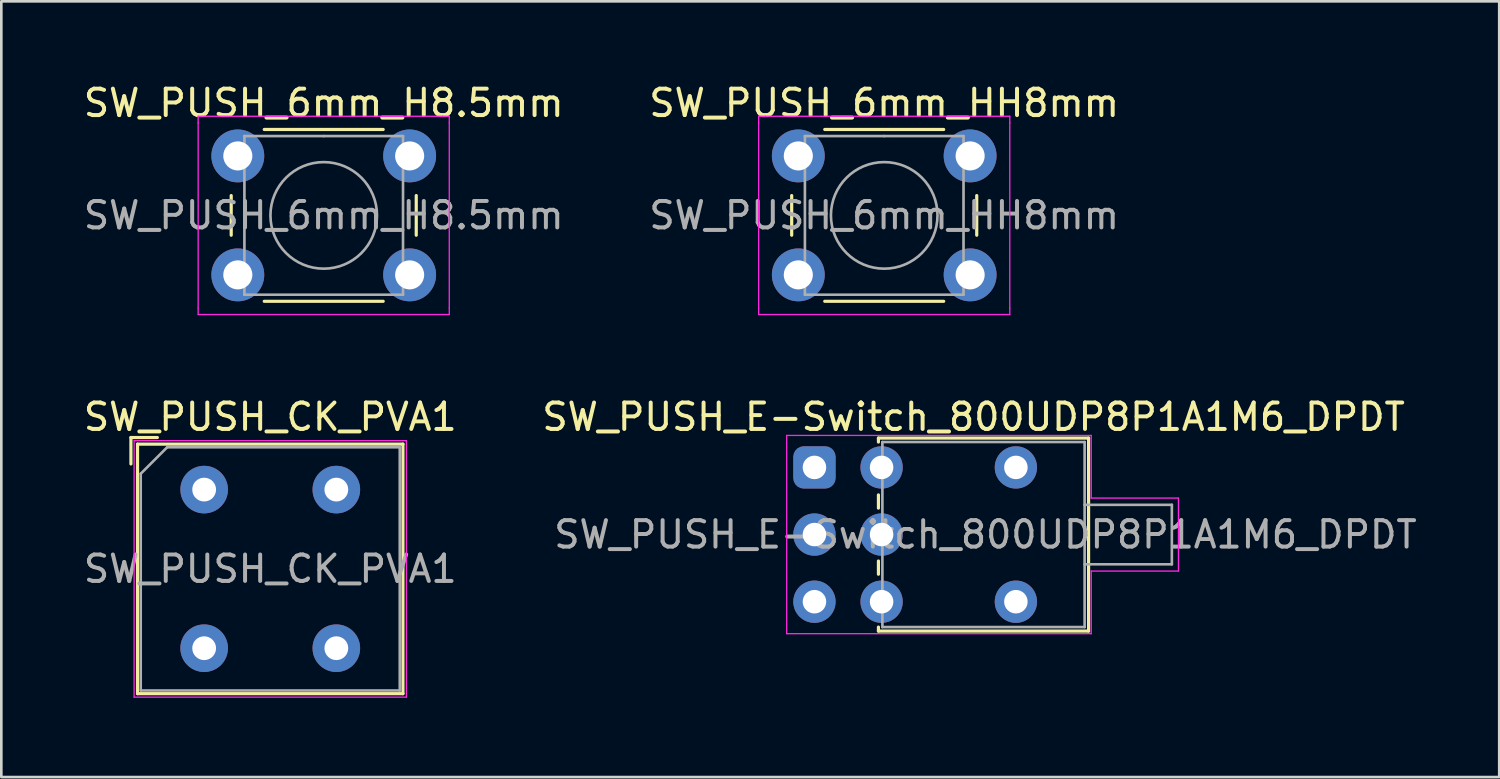
<source format=kicad_pcb>
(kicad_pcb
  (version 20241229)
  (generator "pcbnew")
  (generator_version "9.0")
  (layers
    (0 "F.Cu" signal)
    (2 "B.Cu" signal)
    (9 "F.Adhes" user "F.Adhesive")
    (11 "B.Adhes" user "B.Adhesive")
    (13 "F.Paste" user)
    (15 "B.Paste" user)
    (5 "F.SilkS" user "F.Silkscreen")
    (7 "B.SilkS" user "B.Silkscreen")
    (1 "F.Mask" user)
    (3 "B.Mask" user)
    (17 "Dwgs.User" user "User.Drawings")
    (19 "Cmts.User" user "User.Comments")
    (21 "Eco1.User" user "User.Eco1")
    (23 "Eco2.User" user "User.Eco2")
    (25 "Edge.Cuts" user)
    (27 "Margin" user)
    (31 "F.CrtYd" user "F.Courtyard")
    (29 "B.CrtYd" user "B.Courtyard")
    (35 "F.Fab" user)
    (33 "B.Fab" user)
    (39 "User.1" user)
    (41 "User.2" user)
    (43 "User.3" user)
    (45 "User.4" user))
  (footprint "SW_PUSH_6mm_HH8mm"
    (layer "F.Cu")
    (at 27.149 2.848)
    (property "Reference" "SW_PUSH_6mm_HH8mm" (at 3.25 -2 0) (layer "F.SilkS") (effects (font (size 1 1) (thickness 0.15))))
    (attr through_hole)
    (fp_line (start -0.25 1.5) (end -0.25 3) (stroke (width 0.12) (type solid)) (layer "F.SilkS"))
    (fp_line (start 1 5.5) (end 5.5 5.5) (stroke (width 0.12) (type solid)) (layer "F.SilkS"))
    (fp_line (start 5.5 -1) (end 1 -1) (stroke (width 0.12) (type solid)) (layer "F.SilkS"))
    (fp_line (start 6.75 3) (end 6.75 1.5) (stroke (width 0.12) (type solid)) (layer "F.SilkS"))
    (fp_line (start -1.5 -1.5) (end -1.25 -1.5) (stroke (width 0.05) (type solid)) (layer "F.CrtYd"))
    (fp_line (start -1.5 -1.25) (end -1.5 -1.5) (stroke (width 0.05) (type solid)) (layer "F.CrtYd"))
    (fp_line (start -1.5 5.75) (end -1.5 -1.25) (stroke (width 0.05) (type solid)) (layer "F.CrtYd"))
    (fp_line (start -1.5 5.75) (end -1.5 6) (stroke (width 0.05) (type solid)) (layer "F.CrtYd"))
    (fp_line (start -1.5 6) (end -1.25 6) (stroke (width 0.05) (type solid)) (layer "F.CrtYd"))
    (fp_line (start -1.25 -1.5) (end 7.75 -1.5) (stroke (width 0.05) (type solid)) (layer "F.CrtYd"))
    (fp_line (start 7.75 -1.5) (end 8 -1.5) (stroke (width 0.05) (type solid)) (layer "F.CrtYd"))
    (fp_line (start 7.75 6) (end -1.25 6) (stroke (width 0.05) (type solid)) (layer "F.CrtYd"))
    (fp_line (start 7.75 6) (end 8 6) (stroke (width 0.05) (type solid)) (layer "F.CrtYd"))
    (fp_line (start 8 -1.5) (end 8 -1.25) (stroke (width 0.05) (type solid)) (layer "F.CrtYd"))
    (fp_line (start 8 -1.25) (end 8 5.75) (stroke (width 0.05) (type solid)) (layer "F.CrtYd"))
    (fp_line (start 8 6) (end 8 5.75) (stroke (width 0.05) (type solid)) (layer "F.CrtYd"))
    (fp_line (start 0.25 -0.75) (end 3.25 -0.75) (stroke (width 0.1) (type solid)) (layer "F.Fab"))
    (fp_line (start 0.25 5.25) (end 0.25 -0.75) (stroke (width 0.1) (type solid)) (layer "F.Fab"))
    (fp_line (start 3.25 -0.75) (end 6.25 -0.75) (stroke (width 0.1) (type solid)) (layer "F.Fab"))
    (fp_line (start 6.25 -0.75) (end 6.25 5.25) (stroke (width 0.1) (type solid)) (layer "F.Fab"))
    (fp_line (start 6.25 5.25) (end 0.25 5.25) (stroke (width 0.1) (type solid)) (layer "F.Fab"))
    (fp_circle (center 3.25 2.25) (end 1.25 2.5) (stroke (width 0.1) (type solid)) (fill no) (layer "F.Fab"))
    (fp_text user "${REFERENCE}" (at 3.25 2.25 0) (layer "F.Fab") (effects (font (size 1 1) (thickness 0.15))))
    (pad "1" thru_hole circle (at 0 0 90) (size 2 2) (drill 1.1) (layers "*.Cu" "*.Mask"))
    (pad "1" thru_hole circle (at 6.5 0 90) (size 2 2) (drill 1.1) (layers "*.Cu" "*.Mask"))
    (pad "2" thru_hole circle (at 0 4.5 90) (size 2 2) (drill 1.1) (layers "*.Cu" "*.Mask"))
    (pad "2" thru_hole circle (at 6.5 4.5 90) (size 2 2) (drill 1.1) (layers "*.Cu" "*.Mask")))
  (footprint "SW_PUSH_CK_PVA1"
    (layer "F.Cu")
    (at 7.173 18.471)
    (property "Reference" "SW_PUSH_CK_PVA1" (at 0 -5.75 0) (layer "F.SilkS") (effects (font (size 1 1) (thickness 0.15))))
    (attr through_hole)
    (fp_line (start -5.27 -3.97) (end -5.27 -4.97) (stroke (width 0.12) (type solid)) (layer "F.SilkS"))
    (fp_line (start -5.02 4.72) (end -5.02 -4.72) (stroke (width 0.12) (type solid)) (layer "F.SilkS"))
    (fp_line (start -4.27 -4.97) (end -5.27 -4.97) (stroke (width 0.12) (type solid)) (layer "F.SilkS"))
    (fp_line (start 5.02 -4.72) (end -5.02 -4.72) (stroke (width 0.12) (type solid)) (layer "F.SilkS"))
    (fp_line (start 5.02 4.72) (end -5.02 4.72) (stroke (width 0.12) (type solid)) (layer "F.SilkS"))
    (fp_line (start 5.02 4.72) (end 5.02 -4.72) (stroke (width 0.12) (type solid)) (layer "F.SilkS"))
    (fp_line (start -5.15 -4.85) (end 5.15 -4.85) (stroke (width 0.05) (type solid)) (layer "F.CrtYd"))
    (fp_line (start -5.15 4.85) (end -5.15 -4.85) (stroke (width 0.05) (type solid)) (layer "F.CrtYd"))
    (fp_line (start -5.15 4.85) (end 5.15 4.85) (stroke (width 0.05) (type solid)) (layer "F.CrtYd"))
    (fp_line (start 5.15 -4.85) (end 5.15 4.85) (stroke (width 0.05) (type solid)) (layer "F.CrtYd"))
    (fp_line (start -4.9 -3.6) (end -3.9 -4.6) (stroke (width 0.1) (type solid)) (layer "F.Fab"))
    (fp_line (start -4.9 4.6) (end -4.9 -3.6) (stroke (width 0.1) (type solid)) (layer "F.Fab"))
    (fp_line (start -3.9 -4.6) (end 4.9 -4.6) (stroke (width 0.1) (type solid)) (layer "F.Fab"))
    (fp_line (start 4.9 -4.6) (end 4.9 4.6) (stroke (width 0.1) (type solid)) (layer "F.Fab"))
    (fp_line (start 4.9 4.6) (end -4.9 4.6) (stroke (width 0.1) (type solid)) (layer "F.Fab"))
    (fp_text user "${REFERENCE}" (at 0 0 0) (layer "F.Fab") (effects (font (size 1 1) (thickness 0.15))))
    (pad "1" thru_hole circle (at -2.5 -3 90) (size 1.8 1.8) (drill 0.9) (layers "*.Cu" "*.Mask"))
    (pad "2" thru_hole circle (at 2.5 -3 90) (size 1.8 1.8) (drill 0.9) (layers "*.Cu" "*.Mask"))
    (pad "3" thru_hole circle (at -2.5 3 90) (size 1.8 1.8) (drill 0.9) (layers "*.Cu" "*.Mask"))
    (pad "4" thru_hole circle (at 2.5 3 90) (size 1.8 1.8) (drill 0.9) (layers "*.Cu" "*.Mask")))
  (footprint "SW_PUSH_6mm_H8.5mm"
    (layer "F.Cu")
    (at 5.946 2.848)
    (property "Reference" "SW_PUSH_6mm_H8.5mm" (at 3.25 -2 0) (layer "F.SilkS") (effects (font (size 1 1) (thickness 0.15))))
    (attr through_hole)
    (fp_line (start -0.25 1.5) (end -0.25 3) (stroke (width 0.12) (type solid)) (layer "F.SilkS"))
    (fp_line (start 1 5.5) (end 5.5 5.5) (stroke (width 0.12) (type solid)) (layer "F.SilkS"))
    (fp_line (start 5.5 -1) (end 1 -1) (stroke (width 0.12) (type solid)) (layer "F.SilkS"))
    (fp_line (start 6.75 3) (end 6.75 1.5) (stroke (width 0.12) (type solid)) (layer "F.SilkS"))
    (fp_line (start -1.5 -1.5) (end -1.25 -1.5) (stroke (width 0.05) (type solid)) (layer "F.CrtYd"))
    (fp_line (start -1.5 -1.25) (end -1.5 -1.5) (stroke (width 0.05) (type solid)) (layer "F.CrtYd"))
    (fp_line (start -1.5 5.75) (end -1.5 -1.25) (stroke (width 0.05) (type solid)) (layer "F.CrtYd"))
    (fp_line (start -1.5 5.75) (end -1.5 6) (stroke (width 0.05) (type solid)) (layer "F.CrtYd"))
    (fp_line (start -1.5 6) (end -1.25 6) (stroke (width 0.05) (type solid)) (layer "F.CrtYd"))
    (fp_line (start -1.25 -1.5) (end 7.75 -1.5) (stroke (width 0.05) (type solid)) (layer "F.CrtYd"))
    (fp_line (start 7.75 -1.5) (end 8 -1.5) (stroke (width 0.05) (type solid)) (layer "F.CrtYd"))
    (fp_line (start 7.75 6) (end -1.25 6) (stroke (width 0.05) (type solid)) (layer "F.CrtYd"))
    (fp_line (start 7.75 6) (end 8 6) (stroke (width 0.05) (type solid)) (layer "F.CrtYd"))
    (fp_line (start 8 -1.5) (end 8 -1.25) (stroke (width 0.05) (type solid)) (layer "F.CrtYd"))
    (fp_line (start 8 -1.25) (end 8 5.75) (stroke (width 0.05) (type solid)) (layer "F.CrtYd"))
    (fp_line (start 8 6) (end 8 5.75) (stroke (width 0.05) (type solid)) (layer "F.CrtYd"))
    (fp_line (start 0.25 -0.75) (end 3.25 -0.75) (stroke (width 0.1) (type solid)) (layer "F.Fab"))
    (fp_line (start 0.25 5.25) (end 0.25 -0.75) (stroke (width 0.1) (type solid)) (layer "F.Fab"))
    (fp_line (start 3.25 -0.75) (end 6.25 -0.75) (stroke (width 0.1) (type solid)) (layer "F.Fab"))
    (fp_line (start 6.25 -0.75) (end 6.25 5.25) (stroke (width 0.1) (type solid)) (layer "F.Fab"))
    (fp_line (start 6.25 5.25) (end 0.25 5.25) (stroke (width 0.1) (type solid)) (layer "F.Fab"))
    (fp_circle (center 3.25 2.25) (end 1.25 2.5) (stroke (width 0.1) (type solid)) (fill no) (layer "F.Fab"))
    (fp_text user "${REFERENCE}" (at 3.25 2.25 0) (layer "F.Fab") (effects (font (size 1 1) (thickness 0.15))))
    (pad "1" thru_hole circle (at 0 0 90) (size 2 2) (drill 1.1) (layers "*.Cu" "*.Mask"))
    (pad "1" thru_hole circle (at 6.5 0 90) (size 2 2) (drill 1.1) (layers "*.Cu" "*.Mask"))
    (pad "2" thru_hole circle (at 0 4.5 90) (size 2 2) (drill 1.1) (layers "*.Cu" "*.Mask"))
    (pad "2" thru_hole circle (at 6.5 4.5 90) (size 2 2) (drill 1.1) (layers "*.Cu" "*.Mask")))
  (footprint "SW_PUSH_E-Switch_800UDP8P1A1M6_DPDT"
    (layer "F.Cu")
    (at 27.76 14.632)
    (property "Reference" "SW_PUSH_E-Switch_800UDP8P1A1M6_DPDT" (at 6.02 -1.91 180) (layer "F.SilkS") (effects (font (size 1 1) (thickness 0.15))))
    (attr through_hole)
    (fp_line (start 2.42 -1.11) (end 2.42 -0.96) (stroke (width 0.12) (type solid)) (layer "F.SilkS"))
    (fp_line (start 2.42 1.54) (end 2.42 1.04) (stroke (width 0.12) (type solid)) (layer "F.SilkS"))
    (fp_line (start 2.42 4.04) (end 2.42 3.54) (stroke (width 0.12) (type solid)) (layer "F.SilkS"))
    (fp_line (start 2.42 6.19) (end 2.42 6.04) (stroke (width 0.12) (type solid)) (layer "F.SilkS"))
    (fp_line (start 2.42 6.19) (end 10.37 6.19) (stroke (width 0.12) (type solid)) (layer "F.SilkS"))
    (fp_line (start 10.37 -1.11) (end 2.42 -1.11) (stroke (width 0.12) (type solid)) (layer "F.SilkS"))
    (fp_line (start 10.37 6.19) (end 10.37 -1.11) (stroke (width 0.12) (type solid)) (layer "F.SilkS"))
    (fp_line (start -1.05 -1.21) (end 10.47 -1.21) (stroke (width 0.05) (type solid)) (layer "F.CrtYd"))
    (fp_line (start -1.05 6.29) (end -1.05 -1.21) (stroke (width 0.05) (type solid)) (layer "F.CrtYd"))
    (fp_line (start 10.47 -1.21) (end 10.47 1.16) (stroke (width 0.05) (type solid)) (layer "F.CrtYd"))
    (fp_line (start 10.47 1.16) (end 13.77 1.16) (stroke (width 0.05) (type solid)) (layer "F.CrtYd"))
    (fp_line (start 10.47 3.92) (end 10.47 6.29) (stroke (width 0.05) (type solid)) (layer "F.CrtYd"))
    (fp_line (start 10.47 6.29) (end -1.05 6.29) (stroke (width 0.05) (type solid)) (layer "F.CrtYd"))
    (fp_line (start 13.77 1.16) (end 13.77 3.92) (stroke (width 0.05) (type solid)) (layer "F.CrtYd"))
    (fp_line (start 13.77 3.92) (end 10.47 3.92) (stroke (width 0.05) (type solid)) (layer "F.CrtYd"))
    (fp_line (start 2.57 -0.96) (end 10.22 -0.96) (stroke (width 0.1) (type solid)) (layer "F.Fab"))
    (fp_line (start 2.57 6.04) (end 2.57 -0.96) (stroke (width 0.1) (type solid)) (layer "F.Fab"))
    (fp_line (start 10.22 -0.96) (end 10.22 6.04) (stroke (width 0.1) (type solid)) (layer "F.Fab"))
    (fp_line (start 10.22 6.04) (end 2.57 6.04) (stroke (width 0.1) (type solid)) (layer "F.Fab"))
    (fp_line (start 13.52 1.415) (end 10.22 1.415) (stroke (width 0.1) (type solid)) (layer "F.Fab"))
    (fp_line (start 13.52 3.665) (end 10.22 3.665) (stroke (width 0.1) (type solid)) (layer "F.Fab"))
    (fp_line (start 13.52 3.665) (end 13.52 1.415) (stroke (width 0.1) (type solid)) (layer "F.Fab"))
    (fp_text user "${REFERENCE}" (at 6.47 2.54 180) (layer "F.Fab") (effects (font (size 1 1) (thickness 0.15))))
    (pad "" thru_hole circle (at 7.62 0 180) (size 1.6 1.6) (drill 0.89) (layers "*.Cu" "*.Mask"))
    (pad "" thru_hole circle (at 7.62 5.08 180) (size 1.6 1.6) (drill 0.89) (layers "*.Cu" "*.Mask"))
    (pad "1" thru_hole roundrect (at 0 0 180) (size 1.6 1.6) (drill 0.89) (layers "*.Cu" "*.Mask") (roundrect_rratio 0.25))
    (pad "2" thru_hole circle (at 0 2.54 180) (size 1.6 1.6) (drill 0.89) (layers "*.Cu" "*.Mask"))
    (pad "3" thru_hole circle (at 0 5.08 180) (size 1.6 1.6) (drill 0.89) (layers "*.Cu" "*.Mask"))
    (pad "4" thru_hole circle (at 2.54 0 180) (size 1.6 1.6) (drill 0.89) (layers "*.Cu" "*.Mask"))
    (pad "5" thru_hole circle (at 2.54 2.54 180) (size 1.6 1.6) (drill 0.89) (layers "*.Cu" "*.Mask"))
    (pad "6" thru_hole circle (at 2.54 5.08 180) (size 1.6 1.6) (drill 0.89) (layers "*.Cu" "*.Mask")))
  (gr_rect
    (start -3 -3)
    (end 53.664 26.346)
    (stroke (width 0.1) (type default))
    (fill no)
    (layer "Edge.Cuts")))
</source>
